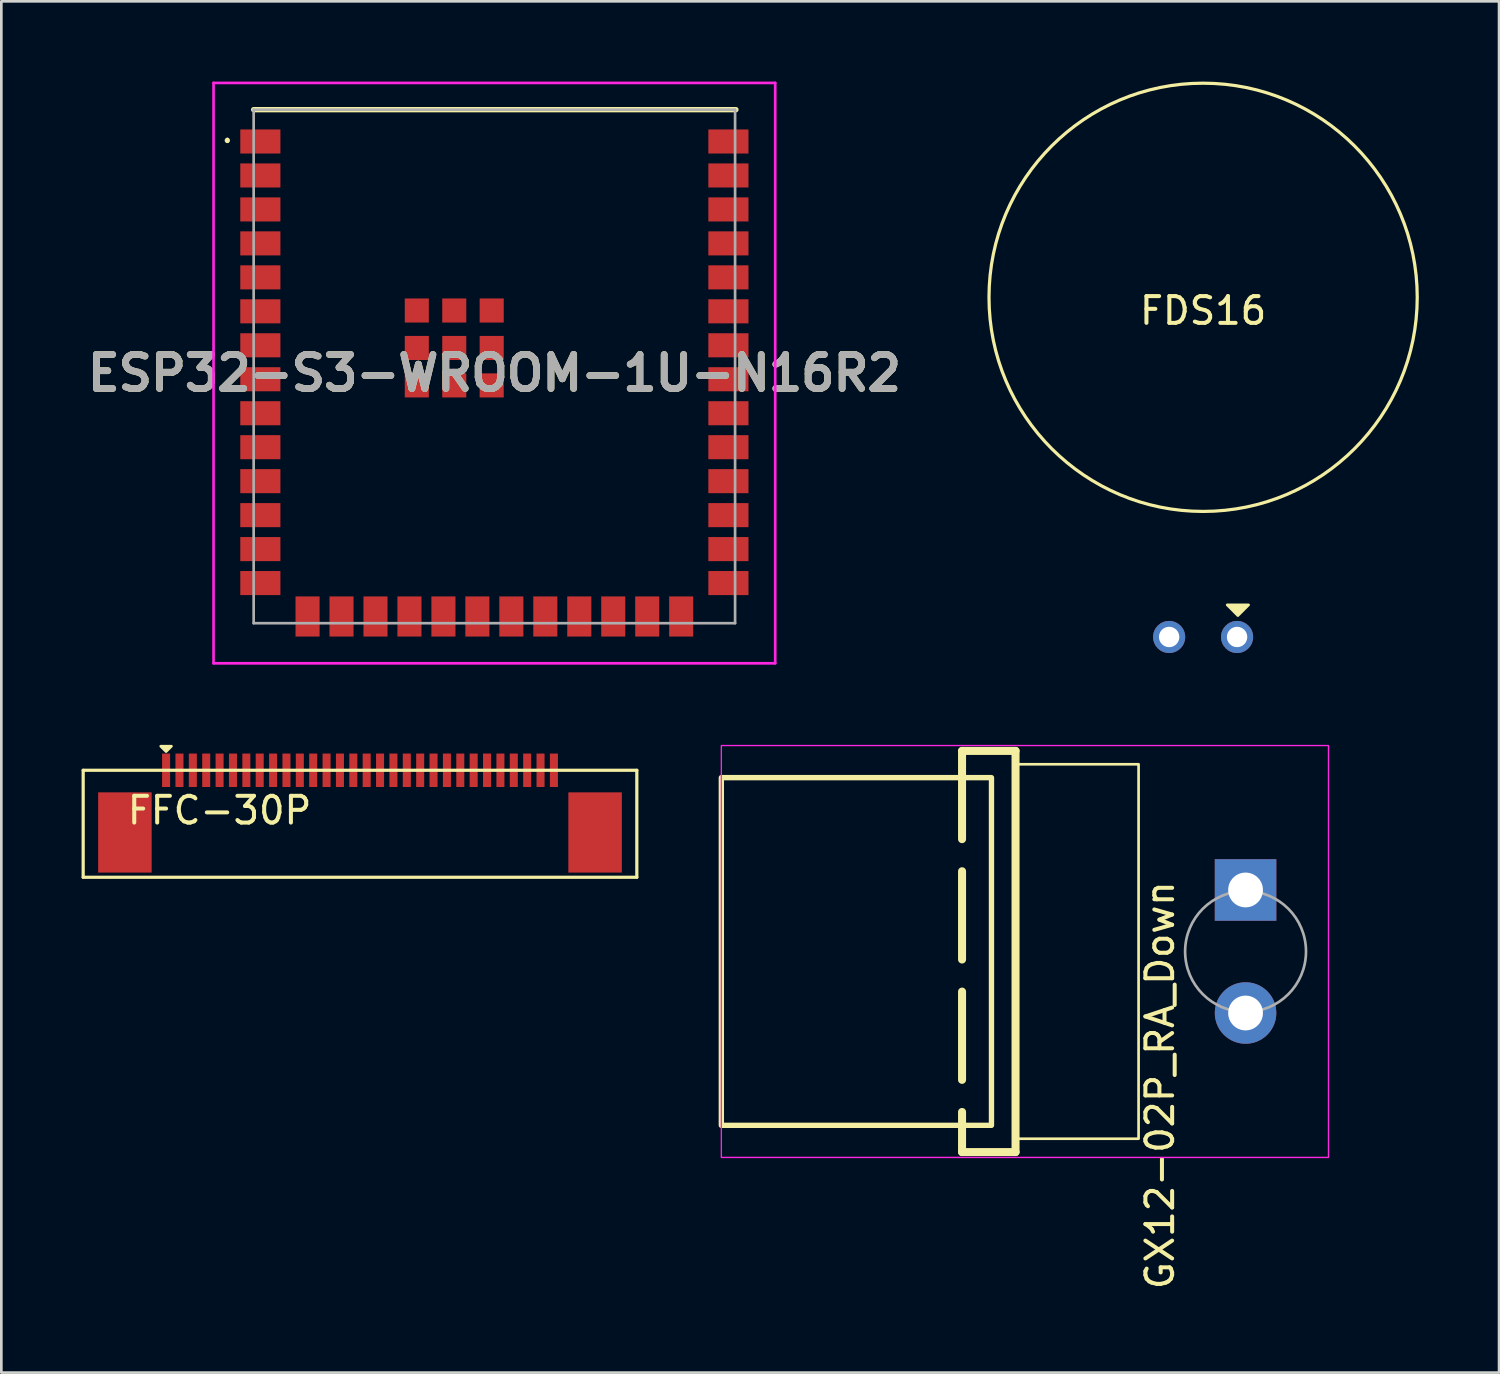
<source format=kicad_pcb>
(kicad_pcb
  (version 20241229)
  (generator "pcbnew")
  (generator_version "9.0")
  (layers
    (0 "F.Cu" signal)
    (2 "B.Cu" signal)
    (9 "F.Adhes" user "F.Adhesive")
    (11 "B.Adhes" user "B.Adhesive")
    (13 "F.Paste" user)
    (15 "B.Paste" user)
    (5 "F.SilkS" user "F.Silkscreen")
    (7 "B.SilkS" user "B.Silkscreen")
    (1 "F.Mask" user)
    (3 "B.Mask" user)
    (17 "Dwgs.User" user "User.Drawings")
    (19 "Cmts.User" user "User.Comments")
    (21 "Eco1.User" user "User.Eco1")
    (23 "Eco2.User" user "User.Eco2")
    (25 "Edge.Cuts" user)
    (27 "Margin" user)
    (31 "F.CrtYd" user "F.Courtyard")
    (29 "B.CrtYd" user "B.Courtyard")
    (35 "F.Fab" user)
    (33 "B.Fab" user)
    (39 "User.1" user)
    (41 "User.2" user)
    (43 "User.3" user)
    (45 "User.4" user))
  (footprint "FDS16"
    (layer "F.Cu")
    (at 41.933 8.066)
    (property "Reference" "FDS16" (at 0 0.5 0) (layer "F.SilkS") (effects (font (size 1 1) (thickness 0.15))))
    (attr through_hole)
    (fp_circle (center 0 0) (end 8 -0.3) (stroke (width 0.12) (type solid)) (fill no) (layer "F.SilkS"))
    (fp_poly (pts (xy 1.3 11.9) (xy 0.9 11.5) (xy 1.7 11.5)) (stroke (width 0.1) (type solid)) (fill yes) (layer "F.SilkS"))
    (pad "1" thru_hole circle (at 1.27 12.7) (size 1.2 1.2) (drill 0.762) (layers "*.Cu" "*.Mask"))
    (pad "2" thru_hole circle (at -1.27 12.7) (size 1.2 1.2) (drill 0.762) (layers "*.Cu" "*.Mask")))
  (footprint "ESP32-S3-WROOM-1U-N16R2"
    (layer "F.Cu")
    (at 15.434 10.65)
    (property "Reference" "ESP32-S3-WROOM-1U-N16R2" (at 0 0.25 0) (layer "F.SilkS") (effects (font (size 1.27 1.27) (thickness 0.254))))
    (attr smd)
    (fp_line (start -9.985 -8.5) (end -9.985 -8.5) (stroke (width 0.1) (type solid)) (layer "F.SilkS"))
    (fp_line (start -9.985 -8.4) (end -9.985 -8.4) (stroke (width 0.1) (type solid)) (layer "F.SilkS"))
    (fp_line (start -9 -9.6) (end 9.03 -9.6) (stroke (width 0.2) (type solid)) (layer "F.SilkS"))
    (fp_arc (start -9.985 -8.5) (mid -9.935 -8.45) (end -9.985 -8.4) (stroke (width 0.1) (type solid)) (layer "F.SilkS"))
    (fp_arc (start -9.985 -8.4) (mid -10.035 -8.45) (end -9.985 -8.5) (stroke (width 0.1) (type solid)) (layer "F.SilkS"))
    (fp_line (start -10.5 -10.6) (end 10.5 -10.6) (stroke (width 0.1) (type solid)) (layer "F.CrtYd"))
    (fp_line (start -10.5 11.1) (end -10.5 -10.6) (stroke (width 0.1) (type solid)) (layer "F.CrtYd"))
    (fp_line (start 10.5 -10.6) (end 10.5 11.1) (stroke (width 0.1) (type solid)) (layer "F.CrtYd"))
    (fp_line (start 10.5 11.1) (end -10.5 11.1) (stroke (width 0.1) (type solid)) (layer "F.CrtYd"))
    (fp_line (start -9 -9.6) (end 9 -9.6) (stroke (width 0.1) (type solid)) (layer "F.Fab"))
    (fp_line (start -9 9.6) (end -9 -9.6) (stroke (width 0.1) (type solid)) (layer "F.Fab"))
    (fp_line (start 9 -9.6) (end 9 9.6) (stroke (width 0.1) (type solid)) (layer "F.Fab"))
    (fp_line (start 9 9.6) (end -9 9.6) (stroke (width 0.1) (type solid)) (layer "F.Fab"))
    (fp_text user "${REFERENCE}" (at 0 0.25 0) (layer "F.Fab") (effects (font (size 1.27 1.27) (thickness 0.254))))
    (pad "1" smd rect (at -8.75 -8.41 90) (size 0.9 1.5) (layers "F.Cu" "F.Mask" "F.Paste"))
    (pad "2" smd rect (at -8.75 -7.14 90) (size 0.9 1.5) (layers "F.Cu" "F.Mask" "F.Paste"))
    (pad "3" smd rect (at -8.75 -5.87 90) (size 0.9 1.5) (layers "F.Cu" "F.Mask" "F.Paste"))
    (pad "4" smd rect (at -8.75 -4.6 90) (size 0.9 1.5) (layers "F.Cu" "F.Mask" "F.Paste"))
    (pad "5" smd rect (at -8.75 -3.33 90) (size 0.9 1.5) (layers "F.Cu" "F.Mask" "F.Paste"))
    (pad "6" smd rect (at -8.75 -2.06 90) (size 0.9 1.5) (layers "F.Cu" "F.Mask" "F.Paste"))
    (pad "7" smd rect (at -8.75 -0.79 90) (size 0.9 1.5) (layers "F.Cu" "F.Mask" "F.Paste"))
    (pad "8" smd rect (at -8.75 0.48 90) (size 0.9 1.5) (layers "F.Cu" "F.Mask" "F.Paste"))
    (pad "9" smd rect (at -8.75 1.75 90) (size 0.9 1.5) (layers "F.Cu" "F.Mask" "F.Paste"))
    (pad "10" smd rect (at -8.75 3.02 90) (size 0.9 1.5) (layers "F.Cu" "F.Mask" "F.Paste"))
    (pad "11" smd rect (at -8.75 4.29 90) (size 0.9 1.5) (layers "F.Cu" "F.Mask" "F.Paste"))
    (pad "12" smd rect (at -8.75 5.56 90) (size 0.9 1.5) (layers "F.Cu" "F.Mask" "F.Paste"))
    (pad "13" smd rect (at -8.75 6.83 90) (size 0.9 1.5) (layers "F.Cu" "F.Mask" "F.Paste"))
    (pad "14" smd rect (at -8.75 8.1 90) (size 0.9 1.5) (layers "F.Cu" "F.Mask" "F.Paste"))
    (pad "15" smd rect (at -6.985 9.35) (size 0.9 1.5) (layers "F.Cu" "F.Mask" "F.Paste"))
    (pad "16" smd rect (at -5.715 9.35) (size 0.9 1.5) (layers "F.Cu" "F.Mask" "F.Paste"))
    (pad "17" smd rect (at -4.445 9.35) (size 0.9 1.5) (layers "F.Cu" "F.Mask" "F.Paste"))
    (pad "18" smd rect (at -3.175 9.35) (size 0.9 1.5) (layers "F.Cu" "F.Mask" "F.Paste"))
    (pad "19" smd rect (at -1.905 9.35) (size 0.9 1.5) (layers "F.Cu" "F.Mask" "F.Paste"))
    (pad "20" smd rect (at -0.635 9.35) (size 0.9 1.5) (layers "F.Cu" "F.Mask" "F.Paste"))
    (pad "21" smd rect (at 0.635 9.35) (size 0.9 1.5) (layers "F.Cu" "F.Mask" "F.Paste"))
    (pad "22" smd rect (at 1.905 9.35) (size 0.9 1.5) (layers "F.Cu" "F.Mask" "F.Paste"))
    (pad "23" smd rect (at 3.175 9.35) (size 0.9 1.5) (layers "F.Cu" "F.Mask" "F.Paste"))
    (pad "24" smd rect (at 4.445 9.35) (size 0.9 1.5) (layers "F.Cu" "F.Mask" "F.Paste"))
    (pad "25" smd rect (at 5.715 9.35) (size 0.9 1.5) (layers "F.Cu" "F.Mask" "F.Paste"))
    (pad "26" smd rect (at 6.985 9.35) (size 0.9 1.5) (layers "F.Cu" "F.Mask" "F.Paste"))
    (pad "27" smd rect (at 8.75 8.1 90) (size 0.9 1.5) (layers "F.Cu" "F.Mask" "F.Paste"))
    (pad "28" smd rect (at 8.75 6.83 90) (size 0.9 1.5) (layers "F.Cu" "F.Mask" "F.Paste"))
    (pad "29" smd rect (at 8.75 5.56 90) (size 0.9 1.5) (layers "F.Cu" "F.Mask" "F.Paste"))
    (pad "30" smd rect (at 8.75 4.29 90) (size 0.9 1.5) (layers "F.Cu" "F.Mask" "F.Paste"))
    (pad "31" smd rect (at 8.75 3.02 90) (size 0.9 1.5) (layers "F.Cu" "F.Mask" "F.Paste"))
    (pad "32" smd rect (at 8.75 1.75 90) (size 0.9 1.5) (layers "F.Cu" "F.Mask" "F.Paste"))
    (pad "33" smd rect (at 8.75 0.48 90) (size 0.9 1.5) (layers "F.Cu" "F.Mask" "F.Paste"))
    (pad "34" smd rect (at 8.75 -0.79 90) (size 0.9 1.5) (layers "F.Cu" "F.Mask" "F.Paste"))
    (pad "35" smd rect (at 8.75 -2.06 90) (size 0.9 1.5) (layers "F.Cu" "F.Mask" "F.Paste"))
    (pad "36" smd rect (at 8.75 -3.33 90) (size 0.9 1.5) (layers "F.Cu" "F.Mask" "F.Paste"))
    (pad "37" smd rect (at 8.75 -4.6 90) (size 0.9 1.5) (layers "F.Cu" "F.Mask" "F.Paste"))
    (pad "38" smd rect (at 8.75 -5.87 90) (size 0.9 1.5) (layers "F.Cu" "F.Mask" "F.Paste"))
    (pad "39" smd rect (at 8.75 -7.14 90) (size 0.9 1.5) (layers "F.Cu" "F.Mask" "F.Paste"))
    (pad "40" smd rect (at 8.75 -8.41 90) (size 0.9 1.5) (layers "F.Cu" "F.Mask" "F.Paste"))
    (pad "41" smd rect (at -1.5 -0.69) (size 0.9 0.9) (layers "F.Cu" "F.Mask" "F.Paste"))
    (pad "42" smd rect (at -1.5 -2.09) (size 0.9 0.9) (layers "F.Cu" "F.Mask" "F.Paste"))
    (pad "43" smd rect (at -2.9 -2.09) (size 0.9 0.9) (layers "F.Cu" "F.Mask" "F.Paste"))
    (pad "44" smd rect (at -2.9 -0.69) (size 0.9 0.9) (layers "F.Cu" "F.Mask" "F.Paste"))
    (pad "45" smd rect (at -2.9 0.71) (size 0.9 0.9) (layers "F.Cu" "F.Mask" "F.Paste"))
    (pad "46" smd rect (at -1.5 0.71) (size 0.9 0.9) (layers "F.Cu" "F.Mask" "F.Paste"))
    (pad "47" smd rect (at -0.1 0.71) (size 0.9 0.9) (layers "F.Cu" "F.Mask" "F.Paste"))
    (pad "48" smd rect (at -0.1 -0.69) (size 0.9 0.9) (layers "F.Cu" "F.Mask" "F.Paste"))
    (pad "49" smd rect (at -0.1 -2.09) (size 0.9 0.9) (layers "F.Cu" "F.Mask" "F.Paste")))
  (footprint "FFC-30P"
    (layer "F.Cu")
    (at 10.41 25.75)
    (property "Reference" "FFC-30P" (at -5.25 1.5 0) (layer "F.SilkS") (effects (font (size 1 1) (thickness 0.15))))
    (attr through_hole)
    (fp_line (start -10.35 0) (end 10.35 0) (stroke (width 0.12) (type solid)) (layer "F.SilkS"))
    (fp_line (start -10.35 4) (end -10.35 0) (stroke (width 0.12) (type solid)) (layer "F.SilkS"))
    (fp_line (start 10.35 0) (end 10.35 4) (stroke (width 0.12) (type solid)) (layer "F.SilkS"))
    (fp_line (start 10.35 4) (end -10.35 4) (stroke (width 0.12) (type solid)) (layer "F.SilkS"))
    (fp_poly (pts (xy -7.25 -0.7) (xy -7.45 -0.9) (xy -7.05 -0.9)) (stroke (width 0.1) (type solid)) (fill yes) (layer "F.SilkS"))
    (pad "1" smd rect (at -7.25 0) (size 0.3 1.25) (layers "F.Cu" "F.Mask" "F.Paste"))
    (pad "2" smd rect (at -6.75 0) (size 0.3 1.25) (layers "F.Cu" "F.Mask" "F.Paste"))
    (pad "3" smd rect (at -6.25 0) (size 0.3 1.25) (layers "F.Cu" "F.Mask" "F.Paste"))
    (pad "4" smd rect (at -5.75 0) (size 0.3 1.25) (layers "F.Cu" "F.Mask" "F.Paste"))
    (pad "5" smd rect (at -5.25 0) (size 0.3 1.25) (layers "F.Cu" "F.Mask" "F.Paste"))
    (pad "6" smd rect (at -4.75 0) (size 0.3 1.25) (layers "F.Cu" "F.Mask" "F.Paste"))
    (pad "7" smd rect (at -4.25 0) (size 0.3 1.25) (layers "F.Cu" "F.Mask" "F.Paste"))
    (pad "8" smd rect (at -3.75 0) (size 0.3 1.25) (layers "F.Cu" "F.Mask" "F.Paste"))
    (pad "9" smd rect (at -3.25 0) (size 0.3 1.25) (layers "F.Cu" "F.Mask" "F.Paste"))
    (pad "10" smd rect (at -2.75 0) (size 0.3 1.25) (layers "F.Cu" "F.Mask" "F.Paste"))
    (pad "11" smd rect (at -2.25 0) (size 0.3 1.25) (layers "F.Cu" "F.Mask" "F.Paste"))
    (pad "12" smd rect (at -1.75 0) (size 0.3 1.25) (layers "F.Cu" "F.Mask" "F.Paste"))
    (pad "13" smd rect (at -1.25 0) (size 0.3 1.25) (layers "F.Cu" "F.Mask" "F.Paste"))
    (pad "14" smd rect (at -0.75 0) (size 0.3 1.25) (layers "F.Cu" "F.Mask" "F.Paste"))
    (pad "15" smd rect (at -0.25 0) (size 0.3 1.25) (layers "F.Cu" "F.Mask" "F.Paste"))
    (pad "16" smd rect (at 0.25 0) (size 0.3 1.25) (layers "F.Cu" "F.Mask" "F.Paste"))
    (pad "17" smd rect (at 0.75 0) (size 0.3 1.25) (layers "F.Cu" "F.Mask" "F.Paste"))
    (pad "18" smd rect (at 1.25 0) (size 0.3 1.25) (layers "F.Cu" "F.Mask" "F.Paste"))
    (pad "19" smd rect (at 1.75 0) (size 0.3 1.25) (layers "F.Cu" "F.Mask" "F.Paste"))
    (pad "20" smd rect (at 2.25 0) (size 0.3 1.25) (layers "F.Cu" "F.Mask" "F.Paste"))
    (pad "21" smd rect (at 2.75 0) (size 0.3 1.25) (layers "F.Cu" "F.Mask" "F.Paste"))
    (pad "22" smd rect (at 3.25 0) (size 0.3 1.25) (layers "F.Cu" "F.Mask" "F.Paste"))
    (pad "23" smd rect (at 3.75 0) (size 0.3 1.25) (layers "F.Cu" "F.Mask" "F.Paste"))
    (pad "24" smd rect (at 4.25 0) (size 0.3 1.25) (layers "F.Cu" "F.Mask" "F.Paste"))
    (pad "25" smd rect (at 4.75 0) (size 0.3 1.25) (layers "F.Cu" "F.Mask" "F.Paste"))
    (pad "26" smd rect (at 5.25 0) (size 0.3 1.25) (layers "F.Cu" "F.Mask" "F.Paste"))
    (pad "27" smd rect (at 5.75 0) (size 0.3 1.25) (layers "F.Cu" "F.Mask" "F.Paste"))
    (pad "28" smd rect (at 6.25 0) (size 0.3 1.25) (layers "F.Cu" "F.Mask" "F.Paste"))
    (pad "29" smd rect (at 6.75 0) (size 0.3 1.25) (layers "F.Cu" "F.Mask" "F.Paste"))
    (pad "30" smd rect (at 7.25 0) (size 0.3 1.25) (layers "F.Cu" "F.Mask" "F.Paste"))
    (pad "G1" smd rect (at -8.79 2.325) (size 2 3) (layers "F.Cu" "F.Mask" "F.Paste"))
    (pad "G2" smd rect (at 8.79 2.325) (size 2 3) (layers "F.Cu" "F.Mask" "F.Paste")))
  (footprint "GX12-02P_RA_Down"
    (layer "F.Cu")
    (at 42.02 32.525)
    (property "Reference" "GX12-02P_RA_Down" (at -1.7 5 90) (layer "F.SilkS") (effects (font (size 1 1) (thickness 0.15))))
    (attr through_hole)
    (fp_line (start -9.1 -7.5) (end -9.1 7.5) (stroke (width 0.3) (type dash)) (layer "F.SilkS"))
    (fp_line (start -9.1 -7.5) (end -7.1 -7.5) (stroke (width 0.3) (type default)) (layer "F.SilkS"))
    (fp_line (start -7.1 -7.5) (end -7.1 7.5) (stroke (width 0.3) (type default)) (layer "F.SilkS"))
    (fp_line (start -7.1 7.5) (end -9.1 7.5) (stroke (width 0.3) (type default)) (layer "F.SilkS"))
    (fp_rect (start -18.1 -6.5) (end -8 6.5) (stroke (width 0.2) (type default)) (fill no) (layer "F.SilkS"))
    (fp_rect (start -7.1 -7) (end -2.5 7) (stroke (width 0.1) (type default)) (fill no) (layer "F.SilkS"))
    (fp_rect (start -18.1 -7.7) (end 4.6 7.7) (stroke (width 0.05) (type default)) (fill no) (layer "F.CrtYd"))
    (fp_circle (center 1.5 0) (end 3.76 0) (stroke (width 0.1) (type default)) (fill no) (layer "F.Fab"))
    (pad "1" thru_hole rect (at 1.5 -2.3) (size 2.3 2.3) (drill 1.3) (layers "*.Cu" "*.Mask"))
    (pad "2" thru_hole circle (at 1.5 2.3) (size 2.3 2.3) (drill 1.3) (layers "*.Cu" "*.Mask")))
  (gr_rect
    (start -3 -3)
    (end 52.998 48.269)
    (stroke (width 0.1) (type default))
    (fill no)
    (layer "Edge.Cuts")))
</source>
